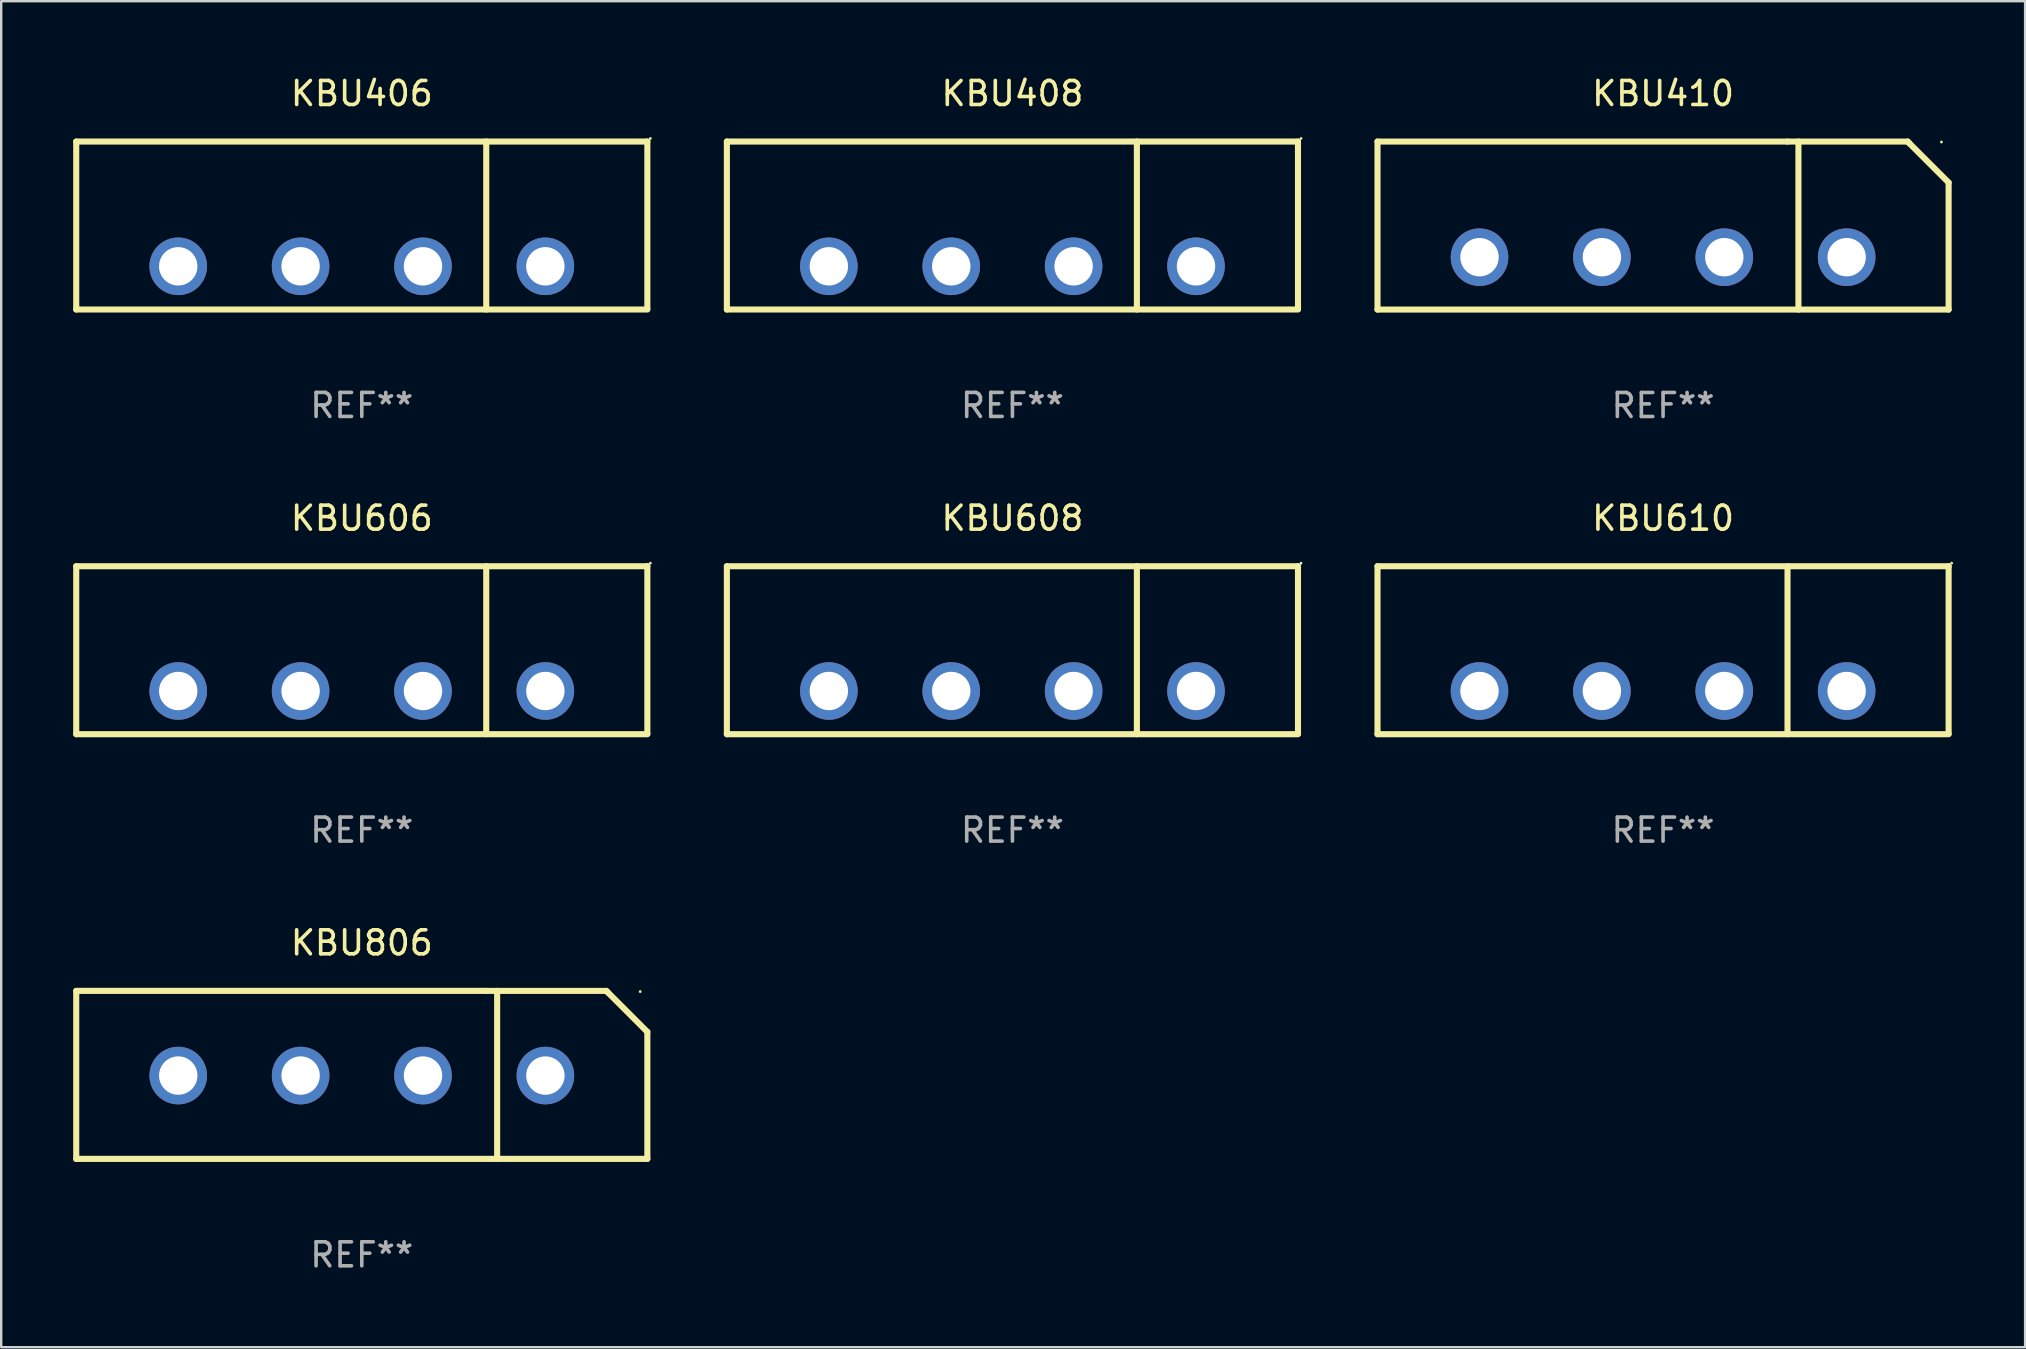
<source format=kicad_pcb>
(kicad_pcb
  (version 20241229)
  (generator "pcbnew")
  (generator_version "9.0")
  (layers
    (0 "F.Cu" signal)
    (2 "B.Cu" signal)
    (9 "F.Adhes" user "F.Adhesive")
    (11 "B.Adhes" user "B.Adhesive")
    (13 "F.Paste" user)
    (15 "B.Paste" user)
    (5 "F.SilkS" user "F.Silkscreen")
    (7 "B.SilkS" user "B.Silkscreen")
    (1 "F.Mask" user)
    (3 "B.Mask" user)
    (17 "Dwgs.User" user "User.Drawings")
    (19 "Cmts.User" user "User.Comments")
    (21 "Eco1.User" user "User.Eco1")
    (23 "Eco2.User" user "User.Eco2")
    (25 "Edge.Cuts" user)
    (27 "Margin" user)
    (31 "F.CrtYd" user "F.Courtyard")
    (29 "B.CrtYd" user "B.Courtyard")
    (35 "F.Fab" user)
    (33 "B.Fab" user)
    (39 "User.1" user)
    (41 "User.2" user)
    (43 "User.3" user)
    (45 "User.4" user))
  (footprint "KBU408"
    (layer "F.Cu")
    (at 39.141 6.348)
    (property "Reference" "KBU408" (at 0 -5.5 0) (layer "F.SilkS") (effects (font (size 1 1) (thickness 0.15))))
    (attr through_hole)
    (fp_line (start -11.9 -3.5) (end -11.9 3.5) (stroke (width 0.254) (type solid)) (layer "F.SilkS"))
    (fp_line (start -11.9 -3.5) (end 11.9 -3.5) (stroke (width 0.254) (type solid)) (layer "F.SilkS"))
    (fp_line (start -11.9 3.5) (end 11.9 3.5) (stroke (width 0.254) (type solid)) (layer "F.SilkS"))
    (fp_line (start 5.186 -3.5) (end 5.186 3.5) (stroke (width 0.254) (type solid)) (layer "F.SilkS"))
    (fp_line (start 11.9 -3.5) (end 11.9 3.478) (stroke (width 0.254) (type solid)) (layer "F.SilkS"))
    (fp_circle (center 12.027 -3.627) (end 12.057 -3.627) (stroke (width 0.06) (type solid)) (fill no) (layer "F.SilkS"))
    (fp_text user "-" (at -8.509 0.049 0) (layer "B.Mask") (effects (font (size 1 1) (thickness 0.15))))
    (fp_text user "&#126;" (at -3.43 -0.131 0) (layer "B.Mask") (effects (font (size 1 1) (thickness 0.15))))
    (fp_text user "&#126;" (at 1.651 -0.131 0) (layer "B.Mask") (effects (font (size 1 1) (thickness 0.15))))
    (fp_text user "+" (at 6.731 -0.086 0) (layer "B.Mask") (effects (font (size 1 1) (thickness 0.15))))
    (fp_text user "REF**" (at 0 7.5 0) (layer "F.Fab") (effects (font (size 1 1) (thickness 0.15))))
    (pad "1" thru_hole circle (at 7.65 1.7) (size 2.4 2.4) (drill 1.6) (layers "*.Cu" "*.Mask"))
    (pad "2" thru_hole circle (at 2.55 1.7) (size 2.4 2.4) (drill 1.6) (layers "*.Cu" "*.Mask"))
    (pad "3" thru_hole circle (at -2.55 1.7) (size 2.4 2.4) (drill 1.6) (layers "*.Cu" "*.Mask"))
    (pad "4" thru_hole circle (at -7.65 1.7) (size 2.4 2.4) (drill 1.6) (layers "*.Cu" "*.Mask")))
  (footprint "KBU406"
    (layer "F.Cu")
    (at 12.027 6.348)
    (property "Reference" "KBU406" (at 0 -5.5 0) (layer "F.SilkS") (effects (font (size 1 1) (thickness 0.15))))
    (attr through_hole)
    (fp_line (start -11.9 -3.5) (end -11.9 3.5) (stroke (width 0.254) (type solid)) (layer "F.SilkS"))
    (fp_line (start -11.9 -3.5) (end 11.9 -3.5) (stroke (width 0.254) (type solid)) (layer "F.SilkS"))
    (fp_line (start -11.9 3.5) (end 11.9 3.5) (stroke (width 0.254) (type solid)) (layer "F.SilkS"))
    (fp_line (start 5.186 -3.5) (end 5.186 3.5) (stroke (width 0.254) (type solid)) (layer "F.SilkS"))
    (fp_line (start 11.9 -3.5) (end 11.9 3.478) (stroke (width 0.254) (type solid)) (layer "F.SilkS"))
    (fp_circle (center 12.027 -3.627) (end 12.057 -3.627) (stroke (width 0.06) (type solid)) (fill no) (layer "F.SilkS"))
    (fp_text user "&#126;" (at 1.651 -0.131 0) (layer "B.Mask") (effects (font (size 1 1) (thickness 0.15))))
    (fp_text user "-" (at -8.509 0.049 0) (layer "B.Mask") (effects (font (size 1 1) (thickness 0.15))))
    (fp_text user "+" (at 6.731 -0.086 0) (layer "B.Mask") (effects (font (size 1 1) (thickness 0.15))))
    (fp_text user "&#126;" (at -3.43 -0.131 0) (layer "B.Mask") (effects (font (size 1 1) (thickness 0.15))))
    (fp_text user "REF**" (at 0 7.5 0) (layer "F.Fab") (effects (font (size 1 1) (thickness 0.15))))
    (pad "1" thru_hole circle (at 7.65 1.7) (size 2.4 2.4) (drill 1.6) (layers "*.Cu" "*.Mask"))
    (pad "2" thru_hole circle (at 2.55 1.7) (size 2.4 2.4) (drill 1.6) (layers "*.Cu" "*.Mask"))
    (pad "3" thru_hole circle (at -2.55 1.7) (size 2.4 2.4) (drill 1.6) (layers "*.Cu" "*.Mask"))
    (pad "4" thru_hole circle (at -7.65 1.7) (size 2.4 2.4) (drill 1.6) (layers "*.Cu" "*.Mask")))
  (footprint "KBU608"
    (layer "F.Cu")
    (at 39.141 24.046)
    (property "Reference" "KBU608" (at 0 -5.5 0) (layer "F.SilkS") (effects (font (size 1 1) (thickness 0.15))))
    (attr through_hole)
    (fp_line (start -11.9 -3.5) (end -11.9 3.5) (stroke (width 0.254) (type solid)) (layer "F.SilkS"))
    (fp_line (start -11.9 -3.5) (end 11.9 -3.5) (stroke (width 0.254) (type solid)) (layer "F.SilkS"))
    (fp_line (start -11.9 3.5) (end 11.9 3.5) (stroke (width 0.254) (type solid)) (layer "F.SilkS"))
    (fp_line (start 5.186 -3.5) (end 5.186 3.5) (stroke (width 0.254) (type solid)) (layer "F.SilkS"))
    (fp_line (start 11.9 -3.5) (end 11.9 3.478) (stroke (width 0.254) (type solid)) (layer "F.SilkS"))
    (fp_circle (center 12.027 -3.627) (end 12.057 -3.627) (stroke (width 0.06) (type solid)) (fill no) (layer "F.SilkS"))
    (fp_text user "+" (at 6.731 -0.086 0) (layer "B.Mask") (effects (font (size 1 1) (thickness 0.15))))
    (fp_text user "&#126;" (at 1.651 -0.131 0) (layer "B.Mask") (effects (font (size 1 1) (thickness 0.15))))
    (fp_text user "-" (at -8.509 0.049 0) (layer "B.Mask") (effects (font (size 1 1) (thickness 0.15))))
    (fp_text user "&#126;" (at -3.43 -0.131 0) (layer "B.Mask") (effects (font (size 1 1) (thickness 0.15))))
    (fp_text user "REF**" (at 0 7.5 0) (layer "F.Fab") (effects (font (size 1 1) (thickness 0.15))))
    (pad "1" thru_hole circle (at 7.65 1.7) (size 2.4 2.4) (drill 1.6) (layers "*.Cu" "*.Mask"))
    (pad "2" thru_hole circle (at 2.55 1.7) (size 2.4 2.4) (drill 1.6) (layers "*.Cu" "*.Mask"))
    (pad "3" thru_hole circle (at -2.55 1.7) (size 2.4 2.4) (drill 1.6) (layers "*.Cu" "*.Mask"))
    (pad "4" thru_hole circle (at -7.65 1.7) (size 2.4 2.4) (drill 1.6) (layers "*.Cu" "*.Mask")))
  (footprint "KBU806"
    (layer "F.Cu")
    (at 12.027 41.743)
    (property "Reference" "KBU806" (at 0 -5.501 0) (layer "F.SilkS") (effects (font (size 1 1) (thickness 0.15))))
    (attr through_hole)
    (fp_line (start -11.9 -3.5) (end -11.9 3.5) (stroke (width 0.254) (type solid)) (layer "F.SilkS"))
    (fp_line (start -11.9 -3.5) (end 5.186 -3.5) (stroke (width 0.254) (type solid)) (layer "F.SilkS"))
    (fp_line (start -11.9 3.5) (end 11.9 3.5) (stroke (width 0.254) (type solid)) (layer "F.SilkS"))
    (fp_line (start 5.641 -3.501) (end 5.641 3.5) (stroke (width 0.254) (type solid)) (layer "F.SilkS"))
    (fp_line (start 10.192 -3.499) (end 5.186 -3.499) (stroke (width 0.254) (type solid)) (layer "F.SilkS"))
    (fp_line (start 10.261 -3.43) (end 10.192 -3.499) (stroke (width 0.254) (type solid)) (layer "F.SilkS"))
    (fp_line (start 11.9 3.501) (end 11.9 -1.792) (stroke (width 0.254) (type solid)) (layer "F.SilkS"))
    (fp_line (start 11.9 -1.791) (end 10.261 -3.43) (stroke (width 0.254) (type solid)) (layer "F.SilkS"))
    (fp_circle (center 11.601 -3.47) (end 11.631 -3.47) (stroke (width 0.06) (type solid)) (fill no) (layer "F.SilkS"))
    (fp_text user "-" (at -8.479 -1.401 0) (layer "B.Mask") (effects (font (size 1 1) (thickness 0.15))))
    (fp_text user "+" (at 6.751 -1.401 0) (layer "B.Mask") (effects (font (size 1 1) (thickness 0.15))))
    (fp_text user "&#126;" (at -3.409 -1.2 0) (layer "B.Mask") (effects (font (size 1 1) (thickness 0.15))))
    (fp_text user "&#126;" (at 1.651 -1.17 0) (layer "B.Mask") (effects (font (size 1 1) (thickness 0.15))))
    (fp_text user "REF**" (at 0 7.501 0) (layer "F.Fab") (effects (font (size 1 1) (thickness 0.15))))
    (pad "1" thru_hole circle (at 7.651 0.029) (size 2.4 2.4) (drill 1.6) (layers "*.Cu" "*.Mask"))
    (pad "2" thru_hole circle (at 2.551 0.029) (size 2.4 2.4) (drill 1.6) (layers "*.Cu" "*.Mask"))
    (pad "3" thru_hole circle (at -2.549 0.029) (size 2.4 2.4) (drill 1.6) (layers "*.Cu" "*.Mask"))
    (pad "4" thru_hole circle (at -7.649 0.029) (size 2.4 2.4) (drill 1.6) (layers "*.Cu" "*.Mask")))
  (footprint "KBU410"
    (layer "F.Cu")
    (at 66.255 6.349)
    (property "Reference" "KBU410" (at 0 -5.501 0) (layer "F.SilkS") (effects (font (size 1 1) (thickness 0.15))))
    (attr through_hole)
    (fp_line (start -11.9 -3.5) (end -11.9 3.501) (stroke (width 0.254) (type solid)) (layer "F.SilkS"))
    (fp_line (start -11.9 -3.5) (end 5.186 -3.5) (stroke (width 0.254) (type solid)) (layer "F.SilkS"))
    (fp_line (start -11.9 3.501) (end 11.9 3.501) (stroke (width 0.254) (type solid)) (layer "F.SilkS"))
    (fp_line (start 5.641 -3.501) (end 5.641 3.5) (stroke (width 0.254) (type solid)) (layer "F.SilkS"))
    (fp_line (start 10.192 -3.5) (end 5.186 -3.5) (stroke (width 0.254) (type solid)) (layer "F.SilkS"))
    (fp_line (start 10.261 -3.431) (end 10.192 -3.5) (stroke (width 0.254) (type solid)) (layer "F.SilkS"))
    (fp_line (start 11.9 -1.792) (end 10.261 -3.431) (stroke (width 0.254) (type solid)) (layer "F.SilkS"))
    (fp_line (start 11.9 3.501) (end 11.9 -1.792) (stroke (width 0.254) (type solid)) (layer "F.SilkS"))
    (fp_circle (center 11.601 -3.481) (end 11.631 -3.481) (stroke (width 0.06) (type solid)) (fill no) (layer "F.SilkS"))
    (fp_text user "+" (at 6.73 -1.785 0) (layer "B.Mask") (effects (font (size 1 1) (thickness 0.15))))
    (fp_text user "-" (at -8.509 -1.651 0) (layer "B.Mask") (effects (font (size 1 1) (thickness 0.15))))
    (fp_text user "&#126;" (at 1.65 -1.831 0) (layer "B.Mask") (effects (font (size 1 1) (thickness 0.15))))
    (fp_text user "&#126;" (at -3.43 -1.831 0) (layer "B.Mask") (effects (font (size 1 1) (thickness 0.15))))
    (fp_text user "REF**" (at 0 7.501 0) (layer "F.Fab") (effects (font (size 1 1) (thickness 0.15))))
    (pad "1" thru_hole circle (at 7.651 1.319) (size 2.4 2.4) (drill 1.6) (layers "*.Cu" "*.Mask"))
    (pad "2" thru_hole circle (at 2.551 1.319) (size 2.4 2.4) (drill 1.6) (layers "*.Cu" "*.Mask"))
    (pad "3" thru_hole circle (at -2.549 1.319) (size 2.4 2.4) (drill 1.6) (layers "*.Cu" "*.Mask"))
    (pad "4" thru_hole circle (at -7.649 1.319) (size 2.4 2.4) (drill 1.6) (layers "*.Cu" "*.Mask")))
  (footprint "KBU606"
    (layer "F.Cu")
    (at 12.027 24.046)
    (property "Reference" "KBU606" (at 0 -5.5 0) (layer "F.SilkS") (effects (font (size 1 1) (thickness 0.15))))
    (attr through_hole)
    (fp_line (start -11.9 -3.5) (end -11.9 3.5) (stroke (width 0.254) (type solid)) (layer "F.SilkS"))
    (fp_line (start -11.9 -3.5) (end 11.9 -3.5) (stroke (width 0.254) (type solid)) (layer "F.SilkS"))
    (fp_line (start -11.9 3.5) (end 11.9 3.5) (stroke (width 0.254) (type solid)) (layer "F.SilkS"))
    (fp_line (start 5.186 -3.5) (end 5.186 3.5) (stroke (width 0.254) (type solid)) (layer "F.SilkS"))
    (fp_line (start 11.9 -3.5) (end 11.9 3.478) (stroke (width 0.254) (type solid)) (layer "F.SilkS"))
    (fp_circle (center 12.027 -3.627) (end 12.057 -3.627) (stroke (width 0.06) (type solid)) (fill no) (layer "F.SilkS"))
    (fp_text user "+" (at 6.731 -0.086 0) (layer "B.Mask") (effects (font (size 1 1) (thickness 0.15))))
    (fp_text user "&#126;" (at -3.43 -0.131 0) (layer "B.Mask") (effects (font (size 1 1) (thickness 0.15))))
    (fp_text user "-" (at -8.509 0.049 0) (layer "B.Mask") (effects (font (size 1 1) (thickness 0.15))))
    (fp_text user "&#126;" (at 1.651 -0.131 0) (layer "B.Mask") (effects (font (size 1 1) (thickness 0.15))))
    (fp_text user "REF**" (at 0 7.5 0) (layer "F.Fab") (effects (font (size 1 1) (thickness 0.15))))
    (pad "1" thru_hole circle (at 7.65 1.7) (size 2.4 2.4) (drill 1.6) (layers "*.Cu" "*.Mask"))
    (pad "2" thru_hole circle (at 2.55 1.7) (size 2.4 2.4) (drill 1.6) (layers "*.Cu" "*.Mask"))
    (pad "3" thru_hole circle (at -2.55 1.7) (size 2.4 2.4) (drill 1.6) (layers "*.Cu" "*.Mask"))
    (pad "4" thru_hole circle (at -7.65 1.7) (size 2.4 2.4) (drill 1.6) (layers "*.Cu" "*.Mask")))
  (footprint "KBU610"
    (layer "F.Cu")
    (at 66.255 24.046)
    (property "Reference" "KBU610" (at 0 -5.5 0) (layer "F.SilkS") (effects (font (size 1 1) (thickness 0.15))))
    (attr through_hole)
    (fp_line (start -11.9 -3.5) (end -11.9 3.5) (stroke (width 0.254) (type solid)) (layer "F.SilkS"))
    (fp_line (start -11.9 -3.5) (end 11.9 -3.5) (stroke (width 0.254) (type solid)) (layer "F.SilkS"))
    (fp_line (start -11.9 3.5) (end 11.9 3.5) (stroke (width 0.254) (type solid)) (layer "F.SilkS"))
    (fp_line (start 5.186 -3.5) (end 5.186 3.5) (stroke (width 0.254) (type solid)) (layer "F.SilkS"))
    (fp_line (start 11.9 -3.5) (end 11.9 3.478) (stroke (width 0.254) (type solid)) (layer "F.SilkS"))
    (fp_circle (center 12.027 -3.627) (end 12.057 -3.627) (stroke (width 0.06) (type solid)) (fill no) (layer "F.SilkS"))
    (fp_text user "-" (at -8.509 0.049 0) (layer "B.Mask") (effects (font (size 1 1) (thickness 0.15))))
    (fp_text user "&#126;" (at -3.43 -0.131 0) (layer "B.Mask") (effects (font (size 1 1) (thickness 0.15))))
    (fp_text user "&#126;" (at 1.651 -0.131 0) (layer "B.Mask") (effects (font (size 1 1) (thickness 0.15))))
    (fp_text user "+" (at 6.731 -0.086 0) (layer "B.Mask") (effects (font (size 1 1) (thickness 0.15))))
    (fp_text user "REF**" (at 0 7.5 0) (layer "F.Fab") (effects (font (size 1 1) (thickness 0.15))))
    (pad "1" thru_hole circle (at 7.65 1.7) (size 2.4 2.4) (drill 1.6) (layers "*.Cu" "*.Mask"))
    (pad "2" thru_hole circle (at 2.55 1.7) (size 2.4 2.4) (drill 1.6) (layers "*.Cu" "*.Mask"))
    (pad "3" thru_hole circle (at -2.55 1.7) (size 2.4 2.4) (drill 1.6) (layers "*.Cu" "*.Mask"))
    (pad "4" thru_hole circle (at -7.65 1.7) (size 2.4 2.4) (drill 1.6) (layers "*.Cu" "*.Mask")))
  (gr_rect
    (start -3 -3)
    (end 81.342 53.092)
    (stroke (width 0.1) (type default))
    (fill no)
    (layer "Edge.Cuts")))
</source>
